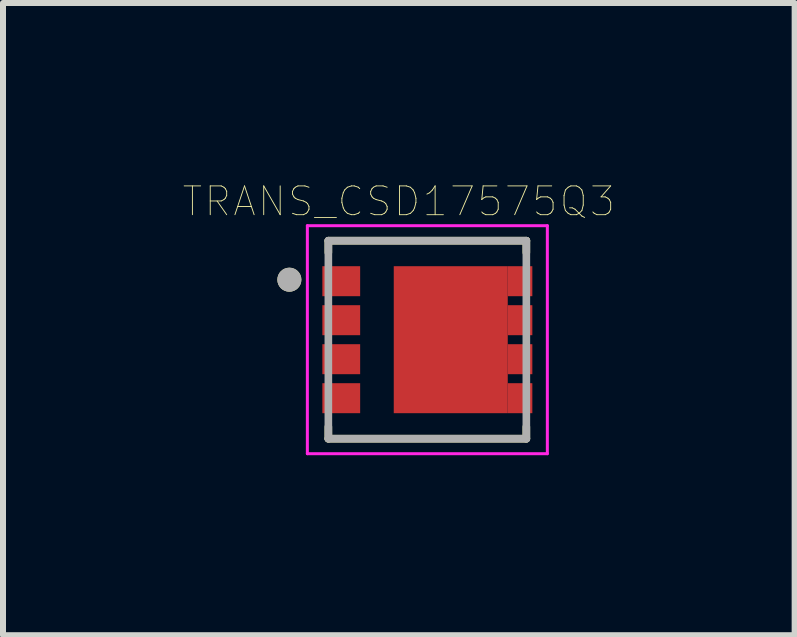
<source format=kicad_pcb>
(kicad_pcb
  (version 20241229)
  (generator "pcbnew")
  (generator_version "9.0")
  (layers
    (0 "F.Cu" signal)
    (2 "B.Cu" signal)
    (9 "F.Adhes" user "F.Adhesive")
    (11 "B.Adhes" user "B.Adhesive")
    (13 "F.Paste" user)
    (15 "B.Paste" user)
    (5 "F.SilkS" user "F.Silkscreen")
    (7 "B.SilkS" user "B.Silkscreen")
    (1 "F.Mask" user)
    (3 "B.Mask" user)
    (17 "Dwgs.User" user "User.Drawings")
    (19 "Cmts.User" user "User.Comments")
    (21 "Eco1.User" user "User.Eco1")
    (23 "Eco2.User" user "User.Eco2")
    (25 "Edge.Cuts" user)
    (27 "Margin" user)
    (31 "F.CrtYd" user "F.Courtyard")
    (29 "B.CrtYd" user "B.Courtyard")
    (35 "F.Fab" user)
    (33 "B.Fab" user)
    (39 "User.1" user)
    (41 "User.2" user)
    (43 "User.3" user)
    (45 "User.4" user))
  (footprint "TRANS_CSD17575Q3"
    (layer "F.Cu")
    (at 4.073 2.612)
    (property "Reference" "TRANS_CSD17575Q3" (at -0.476 -2.305 0) (layer "F.SilkS") (effects (font (size 0.48 0.48) (thickness 0.015))))
    (attr through_hole)
    (fp_line (start -1.65 -1.65) (end -1.65 -1.453) (stroke (width 0.127) (type solid)) (layer "F.SilkS"))
    (fp_line (start -1.65 1.453) (end -1.65 1.65) (stroke (width 0.127) (type solid)) (layer "F.SilkS"))
    (fp_line (start -1.65 1.65) (end 1.65 1.65) (stroke (width 0.127) (type solid)) (layer "F.SilkS"))
    (fp_line (start 1.65 -1.65) (end -1.65 -1.65) (stroke (width 0.127) (type solid)) (layer "F.SilkS"))
    (fp_line (start 1.65 -1.453) (end 1.65 -1.65) (stroke (width 0.127) (type solid)) (layer "F.SilkS"))
    (fp_line (start 1.65 1.65) (end 1.65 1.453) (stroke (width 0.127) (type solid)) (layer "F.SilkS"))
    (fp_circle (center -2.3 -1) (end -2.2 -1) (stroke (width 0.2) (type solid)) (fill no) (layer "F.SilkS"))
    (fp_poly (pts (xy -1.605 -1.2) (xy -1.265 -1.2) (xy -1.265 -0.75) (xy -1.605 -0.75)) (stroke (width 0.01) (type solid)) (fill yes) (layer "F.Paste"))
    (fp_poly (pts (xy -1.605 -0.55) (xy -1.265 -0.55) (xy -1.265 -0.1) (xy -1.605 -0.1)) (stroke (width 0.01) (type solid)) (fill yes) (layer "F.Paste"))
    (fp_poly (pts (xy -1.605 0.1) (xy -1.265 0.1) (xy -1.265 0.55) (xy -1.605 0.55)) (stroke (width 0.01) (type solid)) (fill yes) (layer "F.Paste"))
    (fp_poly (pts (xy -1.605 0.75) (xy -1.265 0.75) (xy -1.265 1.2) (xy -1.605 1.2)) (stroke (width 0.01) (type solid)) (fill yes) (layer "F.Paste"))
    (fp_poly (pts (xy -0.247 -1.357) (xy 0.772 -1.357) (xy 0.772 0.087) (xy -0.247 0.087)) (stroke (width 0.01) (type solid)) (fill yes) (layer "F.Paste"))
    (fp_poly (pts (xy -0.247 -0.087) (xy 0.772 -0.087) (xy 0.772 1.357) (xy -0.247 1.357)) (stroke (width 0.01) (type solid)) (fill yes) (layer "F.Paste"))
    (fp_poly (pts (xy 1.265 -1.2) (xy 1.605 -1.2) (xy 1.605 -0.75) (xy 1.265 -0.75)) (stroke (width 0.01) (type solid)) (fill yes) (layer "F.Paste"))
    (fp_poly (pts (xy 1.265 -0.55) (xy 1.605 -0.55) (xy 1.605 -0.1) (xy 1.265 -0.1)) (stroke (width 0.01) (type solid)) (fill yes) (layer "F.Paste"))
    (fp_poly (pts (xy 1.265 0.1) (xy 1.605 0.1) (xy 1.605 0.55) (xy 1.265 0.55)) (stroke (width 0.01) (type solid)) (fill yes) (layer "F.Paste"))
    (fp_poly (pts (xy 1.265 0.75) (xy 1.605 0.75) (xy 1.605 1.2) (xy 1.265 1.2)) (stroke (width 0.01) (type solid)) (fill yes) (layer "F.Paste"))
    (fp_line (start -2 -1.9) (end 2 -1.9) (stroke (width 0.05) (type solid)) (layer "F.CrtYd"))
    (fp_line (start -2 1.9) (end -2 -1.9) (stroke (width 0.05) (type solid)) (layer "F.CrtYd"))
    (fp_line (start 2 -1.9) (end 2 1.9) (stroke (width 0.05) (type solid)) (layer "F.CrtYd"))
    (fp_line (start 2 1.9) (end -2 1.9) (stroke (width 0.05) (type solid)) (layer "F.CrtYd"))
    (fp_line (start -1.65 -1.65) (end 1.65 -1.65) (stroke (width 0.127) (type solid)) (layer "F.Fab"))
    (fp_line (start -1.65 1.65) (end -1.65 -1.65) (stroke (width 0.127) (type solid)) (layer "F.Fab"))
    (fp_line (start 1.65 -1.65) (end 1.65 1.65) (stroke (width 0.127) (type solid)) (layer "F.Fab"))
    (fp_line (start 1.65 1.65) (end -1.65 1.65) (stroke (width 0.127) (type solid)) (layer "F.Fab"))
    (fp_circle (center -2.3 -1) (end -2.2 -1) (stroke (width 0.2) (type solid)) (fill no) (layer "F.Fab"))
    (pad "1" smd rect (at -1.435 -0.975) (size 0.63 0.5) (layers "F.Cu" "F.Mask"))
    (pad "2" smd rect (at -1.435 -0.325) (size 0.63 0.5) (layers "F.Cu" "F.Mask"))
    (pad "3" smd rect (at -1.435 0.325) (size 0.63 0.5) (layers "F.Cu" "F.Mask"))
    (pad "4" smd rect (at -1.435 0.975) (size 0.63 0.5) (layers "F.Cu" "F.Mask"))
    (pad "5" smd rect (at 1.545 0.975) (size 0.41 0.5) (layers "F.Cu" "F.Mask"))
    (pad "6" smd rect (at 1.545 0.325) (size 0.41 0.5) (layers "F.Cu" "F.Mask"))
    (pad "7" smd rect (at 1.545 -0.325) (size 0.41 0.5) (layers "F.Cu" "F.Mask"))
    (pad "8" smd rect (at 1.545 -0.975) (size 0.41 0.5) (layers "F.Cu" "F.Mask"))
    (pad "9" smd rect (at 0.39 0) (size 1.9 2.45) (layers "F.Cu" "F.Mask")))
  (gr_rect
    (start -3 -3)
    (end 10.195 7.537)
    (stroke (width 0.1) (type default))
    (fill no)
    (layer "Edge.Cuts")))
</source>
